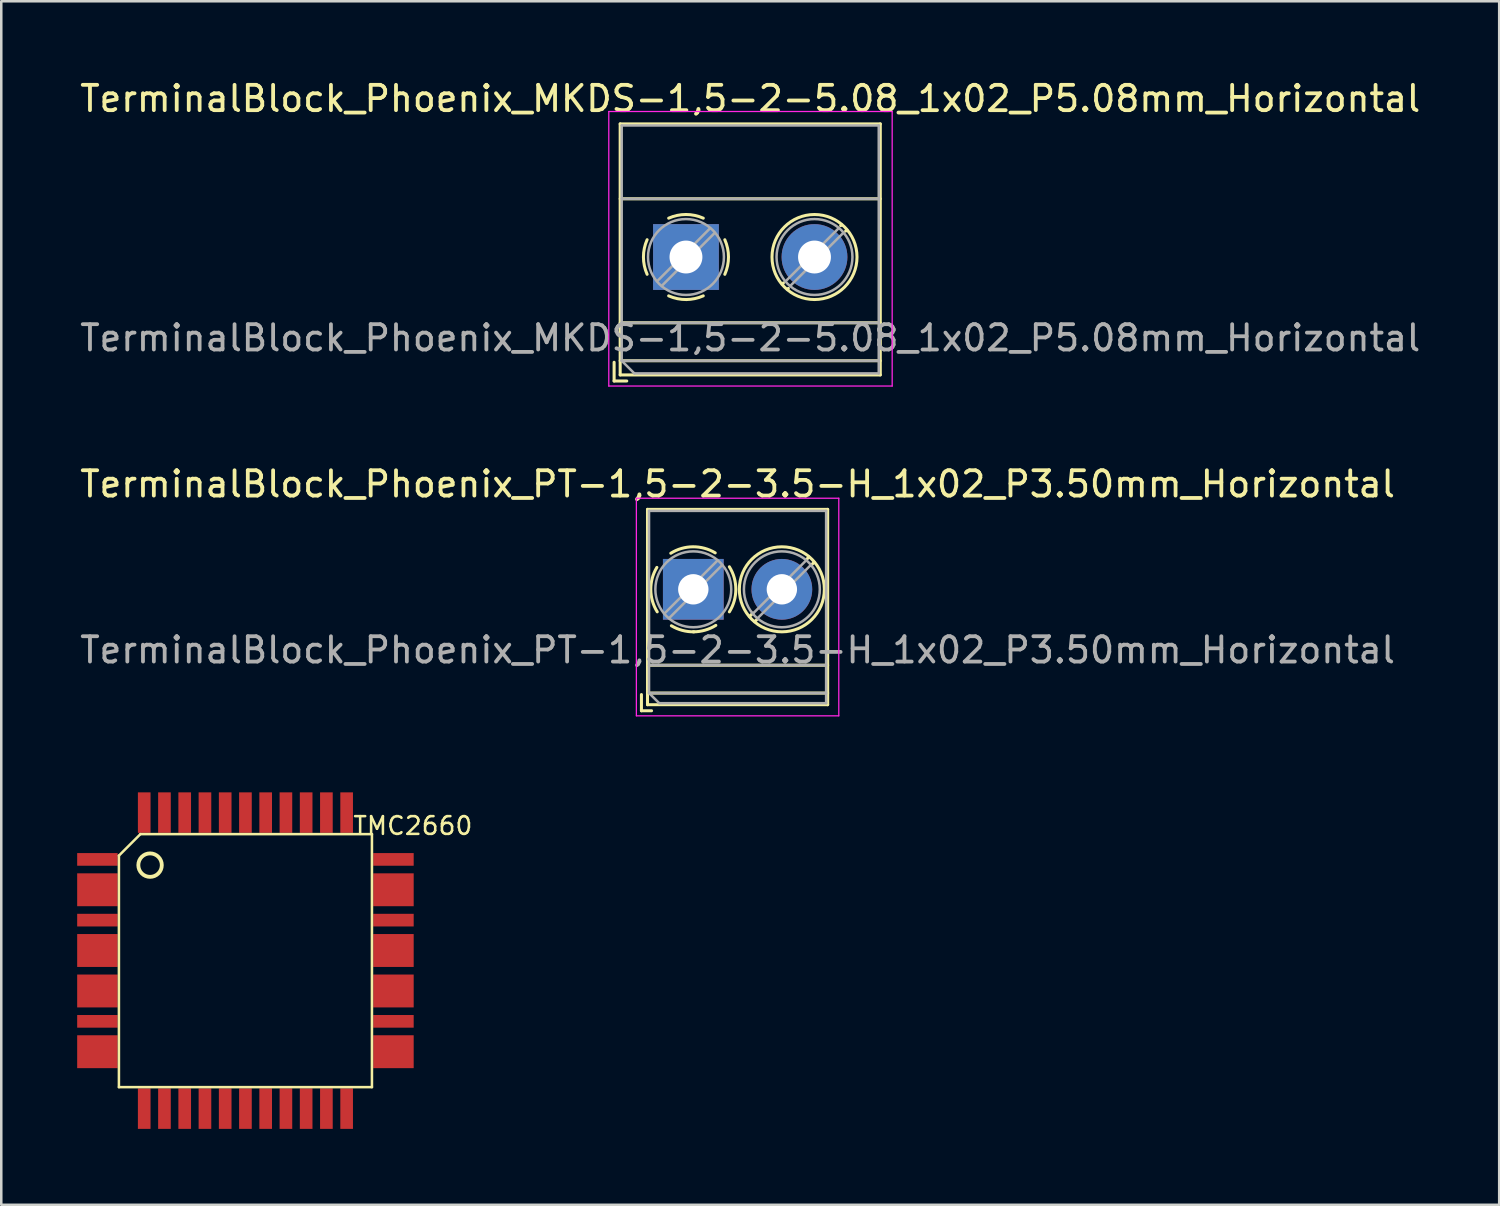
<source format=kicad_pcb>
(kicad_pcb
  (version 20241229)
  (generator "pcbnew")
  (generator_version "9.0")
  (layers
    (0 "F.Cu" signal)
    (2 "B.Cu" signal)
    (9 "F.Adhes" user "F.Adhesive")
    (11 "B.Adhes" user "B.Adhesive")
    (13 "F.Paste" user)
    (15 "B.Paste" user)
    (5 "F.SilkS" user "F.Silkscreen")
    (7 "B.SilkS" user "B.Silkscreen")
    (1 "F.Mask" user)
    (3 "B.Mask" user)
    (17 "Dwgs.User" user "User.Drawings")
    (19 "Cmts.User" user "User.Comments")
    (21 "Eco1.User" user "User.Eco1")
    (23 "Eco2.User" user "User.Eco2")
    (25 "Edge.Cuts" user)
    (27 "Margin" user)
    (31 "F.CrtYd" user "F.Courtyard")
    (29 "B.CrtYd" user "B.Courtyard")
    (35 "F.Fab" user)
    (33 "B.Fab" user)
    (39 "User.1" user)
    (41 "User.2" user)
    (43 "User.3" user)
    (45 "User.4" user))
  (footprint "TerminalBlock_Phoenix_PT-1,5-2-3.5-H_1x02_P3.50mm_Horizontal"
    (layer "F.Cu")
    (at 24.351 20.241)
    (property "Reference" "TerminalBlock_Phoenix_PT-1,5-2-3.5-H_1x02_P3.50mm_Horizontal" (at 1.75 -4.16 0) (layer "F.SilkS") (effects (font (size 1 1) (thickness 0.15))))
    (attr through_hole)
    (fp_line (start -2.05 4.16) (end -2.05 4.8) (stroke (width 0.12) (type solid)) (layer "F.SilkS"))
    (fp_line (start -2.05 4.8) (end -1.65 4.8) (stroke (width 0.12) (type solid)) (layer "F.SilkS"))
    (fp_line (start -1.81 -3.16) (end -1.81 4.56) (stroke (width 0.12) (type solid)) (layer "F.SilkS"))
    (fp_line (start -1.81 -3.16) (end 5.31 -3.16) (stroke (width 0.12) (type solid)) (layer "F.SilkS"))
    (fp_line (start -1.81 3) (end 5.31 3) (stroke (width 0.12) (type solid)) (layer "F.SilkS"))
    (fp_line (start -1.81 4.1) (end 5.31 4.1) (stroke (width 0.12) (type solid)) (layer "F.SilkS"))
    (fp_line (start -1.81 4.56) (end 5.31 4.56) (stroke (width 0.12) (type solid)) (layer "F.SilkS"))
    (fp_line (start 2.355 0.941) (end 2.226 1.069) (stroke (width 0.12) (type solid)) (layer "F.SilkS"))
    (fp_line (start 2.525 1.181) (end 2.431 1.274) (stroke (width 0.12) (type solid)) (layer "F.SilkS"))
    (fp_line (start 4.57 -1.275) (end 4.476 -1.181) (stroke (width 0.12) (type solid)) (layer "F.SilkS"))
    (fp_line (start 4.775 -1.069) (end 4.646 -0.941) (stroke (width 0.12) (type solid)) (layer "F.SilkS"))
    (fp_line (start 5.31 -3.16) (end 5.31 4.56) (stroke (width 0.12) (type solid)) (layer "F.SilkS"))
    (fp_arc (start -1.425358 0.889894) (mid -1.680286 0.014012) (end -1.44 -0.866) (stroke (width 0.12) (type solid)) (layer "F.SilkS"))
    (fp_arc (start -0.889894 -1.425358) (mid -0.014012 -1.680286) (end 0.866 -1.44) (stroke (width 0.12) (type solid)) (layer "F.SilkS"))
    (fp_arc (start 0.028674 1.680099) (mid -0.435535 1.622918) (end -0.866 1.44) (stroke (width 0.12) (type solid)) (layer "F.SilkS"))
    (fp_arc (start 0.890264 1.424721) (mid 0.463071 1.61492) (end 0 1.68) (stroke (width 0.12) (type solid)) (layer "F.SilkS"))
    (fp_arc (start 1.425504 -0.890193) (mid 1.680626 0.000476) (end 1.425 0.891) (stroke (width 0.12) (type solid)) (layer "F.SilkS"))
    (fp_circle (center 3.5 0) (end 5.18 0) (stroke (width 0.12) (type solid)) (fill no) (layer "F.SilkS"))
    (fp_line (start -2.25 -3.6) (end -2.25 5) (stroke (width 0.05) (type solid)) (layer "F.CrtYd"))
    (fp_line (start -2.25 5) (end 5.75 5) (stroke (width 0.05) (type solid)) (layer "F.CrtYd"))
    (fp_line (start 5.75 -3.6) (end -2.25 -3.6) (stroke (width 0.05) (type solid)) (layer "F.CrtYd"))
    (fp_line (start 5.75 5) (end 5.75 -3.6) (stroke (width 0.05) (type solid)) (layer "F.CrtYd"))
    (fp_line (start -1.75 -3.1) (end 5.25 -3.1) (stroke (width 0.1) (type solid)) (layer "F.Fab"))
    (fp_line (start -1.75 3) (end 5.25 3) (stroke (width 0.1) (type solid)) (layer "F.Fab"))
    (fp_line (start -1.75 4.1) (end -1.75 -3.1) (stroke (width 0.1) (type solid)) (layer "F.Fab"))
    (fp_line (start -1.75 4.1) (end 5.25 4.1) (stroke (width 0.1) (type solid)) (layer "F.Fab"))
    (fp_line (start -1.35 4.5) (end -1.75 4.1) (stroke (width 0.1) (type solid)) (layer "F.Fab"))
    (fp_line (start 0.955 -1.138) (end -1.138 0.955) (stroke (width 0.1) (type solid)) (layer "F.Fab"))
    (fp_line (start 1.138 -0.955) (end -0.955 1.138) (stroke (width 0.1) (type solid)) (layer "F.Fab"))
    (fp_line (start 4.455 -1.138) (end 2.363 0.955) (stroke (width 0.1) (type solid)) (layer "F.Fab"))
    (fp_line (start 4.638 -0.955) (end 2.546 1.138) (stroke (width 0.1) (type solid)) (layer "F.Fab"))
    (fp_line (start 5.25 -3.1) (end 5.25 4.5) (stroke (width 0.1) (type solid)) (layer "F.Fab"))
    (fp_line (start 5.25 4.5) (end -1.35 4.5) (stroke (width 0.1) (type solid)) (layer "F.Fab"))
    (fp_circle (center 0 0) (end 1.5 0) (stroke (width 0.1) (type solid)) (fill no) (layer "F.Fab"))
    (fp_circle (center 3.5 0) (end 5 0) (stroke (width 0.1) (type solid)) (fill no) (layer "F.Fab"))
    (fp_text user "${REFERENCE}" (at 1.75 2.4 0) (layer "F.Fab") (effects (font (size 1 1) (thickness 0.15))))
    (pad "1" thru_hole rect (at 0 0) (size 2.4 2.4) (drill 1.2) (layers "*.Cu" "*.Mask"))
    (pad "2" thru_hole circle (at 3.5 0) (size 2.4 2.4) (drill 1.2) (layers "*.Cu" "*.Mask")))
  (footprint "TMC2660"
    (layer "F.Cu")
    (at 6.65 34.916)
    (property "Reference" "TMC2660" (at 6.617 -5.329 0) (layer "F.SilkS") (effects (font (size 0.7 0.7) (thickness 0.1))))
    (attr smd)
    (fp_line (start -5 -4.15) (end -4.15 -5) (stroke (width 0.1) (type solid)) (layer "F.SilkS"))
    (fp_line (start -5 5) (end -5 -4.15) (stroke (width 0.1) (type solid)) (layer "F.SilkS"))
    (fp_line (start -5 5) (end 5 5) (stroke (width 0.1) (type solid)) (layer "F.SilkS"))
    (fp_line (start -4.15 -5) (end 5 -5) (stroke (width 0.1) (type solid)) (layer "F.SilkS"))
    (fp_line (start 5 -5) (end 5 5) (stroke (width 0.1) (type solid)) (layer "F.SilkS"))
    (fp_circle (center -3.769 -3.774) (end -4.018 -3.383) (stroke (width 0.152) (type solid)) (fill no) (layer "F.SilkS"))
    (pad "1" smd rect (at -5.85 -4 90) (size 0.5 1.6) (layers "F.Cu" "F.Mask" "F.Paste"))
    (pad "2.3" smd rect (at -5.85 -2.8 90) (size 1.3 1.6) (layers "F.Cu" "F.Mask" "F.Paste"))
    (pad "4" smd rect (at -5.85 -1.6 90) (size 0.5 1.6) (layers "F.Cu" "F.Mask" "F.Paste"))
    (pad "5.6" smd rect (at -5.85 -0.4 90) (size 1.3 1.6) (layers "F.Cu" "F.Mask" "F.Paste"))
    (pad "7.8" smd rect (at -5.85 1.2 90) (size 1.3 1.6) (layers "F.Cu" "F.Mask" "F.Paste"))
    (pad "9" smd rect (at -5.85 2.4 90) (size 0.5 1.6) (layers "F.Cu" "F.Mask" "F.Paste"))
    (pad "10.1" smd rect (at -5.85 3.6 90) (size 1.3 1.6) (layers "F.Cu" "F.Mask" "F.Paste"))
    (pad "12" smd rect (at -4 5.85) (size 0.5 1.6) (layers "F.Cu" "F.Mask" "F.Paste"))
    (pad "13" smd rect (at -3.2 5.85) (size 0.5 1.6) (layers "F.Cu" "F.Mask" "F.Paste"))
    (pad "14" smd rect (at -2.4 5.85) (size 0.5 1.6) (layers "F.Cu" "F.Mask" "F.Paste"))
    (pad "15" smd rect (at -1.6 5.85) (size 0.5 1.6) (layers "F.Cu" "F.Mask" "F.Paste"))
    (pad "16" smd rect (at -0.8 5.85) (size 0.5 1.6) (layers "F.Cu" "F.Mask" "F.Paste"))
    (pad "17" smd rect (at 0 5.85) (size 0.5 1.6) (layers "F.Cu" "F.Mask" "F.Paste"))
    (pad "18" smd rect (at 0.8 5.85) (size 0.5 1.6) (layers "F.Cu" "F.Mask" "F.Paste"))
    (pad "19" smd rect (at 1.6 5.85) (size 0.5 1.6) (layers "F.Cu" "F.Mask" "F.Paste"))
    (pad "20" smd rect (at 2.4 5.85) (size 0.5 1.6) (layers "F.Cu" "F.Mask" "F.Paste"))
    (pad "21" smd rect (at 3.2 5.85) (size 0.5 1.6) (layers "F.Cu" "F.Mask" "F.Paste"))
    (pad "22" smd rect (at 4 5.85) (size 0.5 1.6) (layers "F.Cu" "F.Mask" "F.Paste"))
    (pad "23.4" smd rect (at 5.85 3.6 90) (size 1.3 1.6) (layers "F.Cu" "F.Mask" "F.Paste"))
    (pad "25" smd rect (at 5.85 2.4 90) (size 0.5 1.6) (layers "F.Cu" "F.Mask" "F.Paste"))
    (pad "26.7" smd rect (at 5.85 1.2 90) (size 1.3 1.6) (layers "F.Cu" "F.Mask" "F.Paste"))
    (pad "28.9" smd rect (at 5.85 -0.4 90) (size 1.3 1.6) (layers "F.Cu" "F.Mask" "F.Paste"))
    (pad "30" smd rect (at 5.85 -1.6 90) (size 0.5 1.6) (layers "F.Cu" "F.Mask" "F.Paste"))
    (pad "31.2" smd rect (at 5.85 -2.8 90) (size 1.3 1.6) (layers "F.Cu" "F.Mask" "F.Paste"))
    (pad "33" smd rect (at 5.85 -4 90) (size 0.5 1.6) (layers "F.Cu" "F.Mask" "F.Paste"))
    (pad "34" smd rect (at 4 -5.85) (size 0.5 1.6) (layers "F.Cu" "F.Mask" "F.Paste"))
    (pad "35" smd rect (at 3.2 -5.85) (size 0.5 1.6) (layers "F.Cu" "F.Mask" "F.Paste"))
    (pad "36" smd rect (at 2.4 -5.85) (size 0.5 1.6) (layers "F.Cu" "F.Mask" "F.Paste"))
    (pad "37" smd rect (at 1.6 -5.85) (size 0.5 1.6) (layers "F.Cu" "F.Mask" "F.Paste"))
    (pad "38" smd rect (at 0.8 -5.85) (size 0.5 1.6) (layers "F.Cu" "F.Mask" "F.Paste"))
    (pad "39" smd rect (at 0 -5.85) (size 0.5 1.6) (layers "F.Cu" "F.Mask" "F.Paste"))
    (pad "40" smd rect (at -0.8 -5.85) (size 0.5 1.6) (layers "F.Cu" "F.Mask" "F.Paste"))
    (pad "41" smd rect (at -1.6 -5.85) (size 0.5 1.6) (layers "F.Cu" "F.Mask" "F.Paste"))
    (pad "42" smd rect (at -2.4 -5.85) (size 0.5 1.6) (layers "F.Cu" "F.Mask" "F.Paste"))
    (pad "43" smd rect (at -3.2 -5.85) (size 0.5 1.6) (layers "F.Cu" "F.Mask" "F.Paste"))
    (pad "44" smd rect (at -4 -5.85) (size 0.5 1.6) (layers "F.Cu" "F.Mask" "F.Paste")))
  (footprint "TerminalBlock_Phoenix_MKDS-1,5-2-5.08_1x02_P5.08mm_Horizontal"
    (layer "F.Cu")
    (at 24.061 7.108)
    (property "Reference" "TerminalBlock_Phoenix_MKDS-1,5-2-5.08_1x02_P5.08mm_Horizontal" (at 2.54 -6.26 0) (layer "F.SilkS") (effects (font (size 1 1) (thickness 0.15))))
    (attr through_hole)
    (fp_line (start -2.84 4.16) (end -2.84 4.9) (stroke (width 0.12) (type solid)) (layer "F.SilkS"))
    (fp_line (start -2.84 4.9) (end -2.34 4.9) (stroke (width 0.12) (type solid)) (layer "F.SilkS"))
    (fp_line (start -2.6 -5.261) (end -2.6 4.66) (stroke (width 0.12) (type solid)) (layer "F.SilkS"))
    (fp_line (start -2.6 -5.261) (end 7.68 -5.261) (stroke (width 0.12) (type solid)) (layer "F.SilkS"))
    (fp_line (start -2.6 -2.301) (end 7.68 -2.301) (stroke (width 0.12) (type solid)) (layer "F.SilkS"))
    (fp_line (start -2.6 2.6) (end 7.68 2.6) (stroke (width 0.12) (type solid)) (layer "F.SilkS"))
    (fp_line (start -2.6 4.1) (end 7.68 4.1) (stroke (width 0.12) (type solid)) (layer "F.SilkS"))
    (fp_line (start -2.6 4.66) (end 7.68 4.66) (stroke (width 0.12) (type solid)) (layer "F.SilkS"))
    (fp_line (start 3.853 1.023) (end 3.806 1.069) (stroke (width 0.12) (type solid)) (layer "F.SilkS"))
    (fp_line (start 4.046 1.239) (end 4.011 1.274) (stroke (width 0.12) (type solid)) (layer "F.SilkS"))
    (fp_line (start 6.15 -1.275) (end 6.115 -1.239) (stroke (width 0.12) (type solid)) (layer "F.SilkS"))
    (fp_line (start 6.355 -1.069) (end 6.308 -1.023) (stroke (width 0.12) (type solid)) (layer "F.SilkS"))
    (fp_line (start 7.68 -5.261) (end 7.68 4.66) (stroke (width 0.12) (type solid)) (layer "F.SilkS"))
    (fp_arc (start -1.535427 0.683042) (mid -1.680501 -0.000524) (end -1.535 -0.684) (stroke (width 0.12) (type solid)) (layer "F.SilkS"))
    (fp_arc (start -0.683042 -1.535427) (mid 0.000524 -1.680501) (end 0.684 -1.535) (stroke (width 0.12) (type solid)) (layer "F.SilkS"))
    (fp_arc (start 0.028805 1.680253) (mid -0.335551 1.646659) (end -0.684 1.535) (stroke (width 0.12) (type solid)) (layer "F.SilkS"))
    (fp_arc (start 0.683318 1.534756) (mid 0.349292 1.643288) (end 0 1.68) (stroke (width 0.12) (type solid)) (layer "F.SilkS"))
    (fp_arc (start 1.535427 -0.683042) (mid 1.680501 0.000524) (end 1.535 0.684) (stroke (width 0.12) (type solid)) (layer "F.SilkS"))
    (fp_circle (center 5.08 0) (end 6.76 0) (stroke (width 0.12) (type solid)) (fill no) (layer "F.SilkS"))
    (fp_line (start -3.05 -5.75) (end -3.05 5.1) (stroke (width 0.05) (type solid)) (layer "F.CrtYd"))
    (fp_line (start -3.05 5.1) (end 8.15 5.1) (stroke (width 0.05) (type solid)) (layer "F.CrtYd"))
    (fp_line (start 8.15 -5.75) (end -3.05 -5.75) (stroke (width 0.05) (type solid)) (layer "F.CrtYd"))
    (fp_line (start 8.15 5.1) (end 8.15 -5.75) (stroke (width 0.05) (type solid)) (layer "F.CrtYd"))
    (fp_line (start -2.54 -5.2) (end 7.62 -5.2) (stroke (width 0.1) (type solid)) (layer "F.Fab"))
    (fp_line (start -2.54 -2.3) (end 7.62 -2.3) (stroke (width 0.1) (type solid)) (layer "F.Fab"))
    (fp_line (start -2.54 2.6) (end 7.62 2.6) (stroke (width 0.1) (type solid)) (layer "F.Fab"))
    (fp_line (start -2.54 4.1) (end -2.54 -5.2) (stroke (width 0.1) (type solid)) (layer "F.Fab"))
    (fp_line (start -2.54 4.1) (end 7.62 4.1) (stroke (width 0.1) (type solid)) (layer "F.Fab"))
    (fp_line (start -2.04 4.6) (end -2.54 4.1) (stroke (width 0.1) (type solid)) (layer "F.Fab"))
    (fp_line (start 0.955 -1.138) (end -1.138 0.955) (stroke (width 0.1) (type solid)) (layer "F.Fab"))
    (fp_line (start 1.138 -0.955) (end -0.955 1.138) (stroke (width 0.1) (type solid)) (layer "F.Fab"))
    (fp_line (start 6.035 -1.138) (end 3.943 0.955) (stroke (width 0.1) (type solid)) (layer "F.Fab"))
    (fp_line (start 6.218 -0.955) (end 4.126 1.138) (stroke (width 0.1) (type solid)) (layer "F.Fab"))
    (fp_line (start 7.62 -5.2) (end 7.62 4.6) (stroke (width 0.1) (type solid)) (layer "F.Fab"))
    (fp_line (start 7.62 4.6) (end -2.04 4.6) (stroke (width 0.1) (type solid)) (layer "F.Fab"))
    (fp_circle (center 0 0) (end 1.5 0) (stroke (width 0.1) (type solid)) (fill no) (layer "F.Fab"))
    (fp_circle (center 5.08 0) (end 6.58 0) (stroke (width 0.1) (type solid)) (fill no) (layer "F.Fab"))
    (fp_text user "${REFERENCE}" (at 2.54 3.2 0) (layer "F.Fab") (effects (font (size 1 1) (thickness 0.15))))
    (pad "1" thru_hole rect (at 0 0) (size 2.6 2.6) (drill 1.3) (layers "*.Cu" "*.Mask"))
    (pad "2" thru_hole circle (at 5.08 0) (size 2.6 2.6) (drill 1.3) (layers "*.Cu" "*.Mask")))
  (gr_rect
    (start -3 -3)
    (end 56.202 44.566)
    (stroke (width 0.1) (type default))
    (fill no)
    (layer "Edge.Cuts")))
</source>
